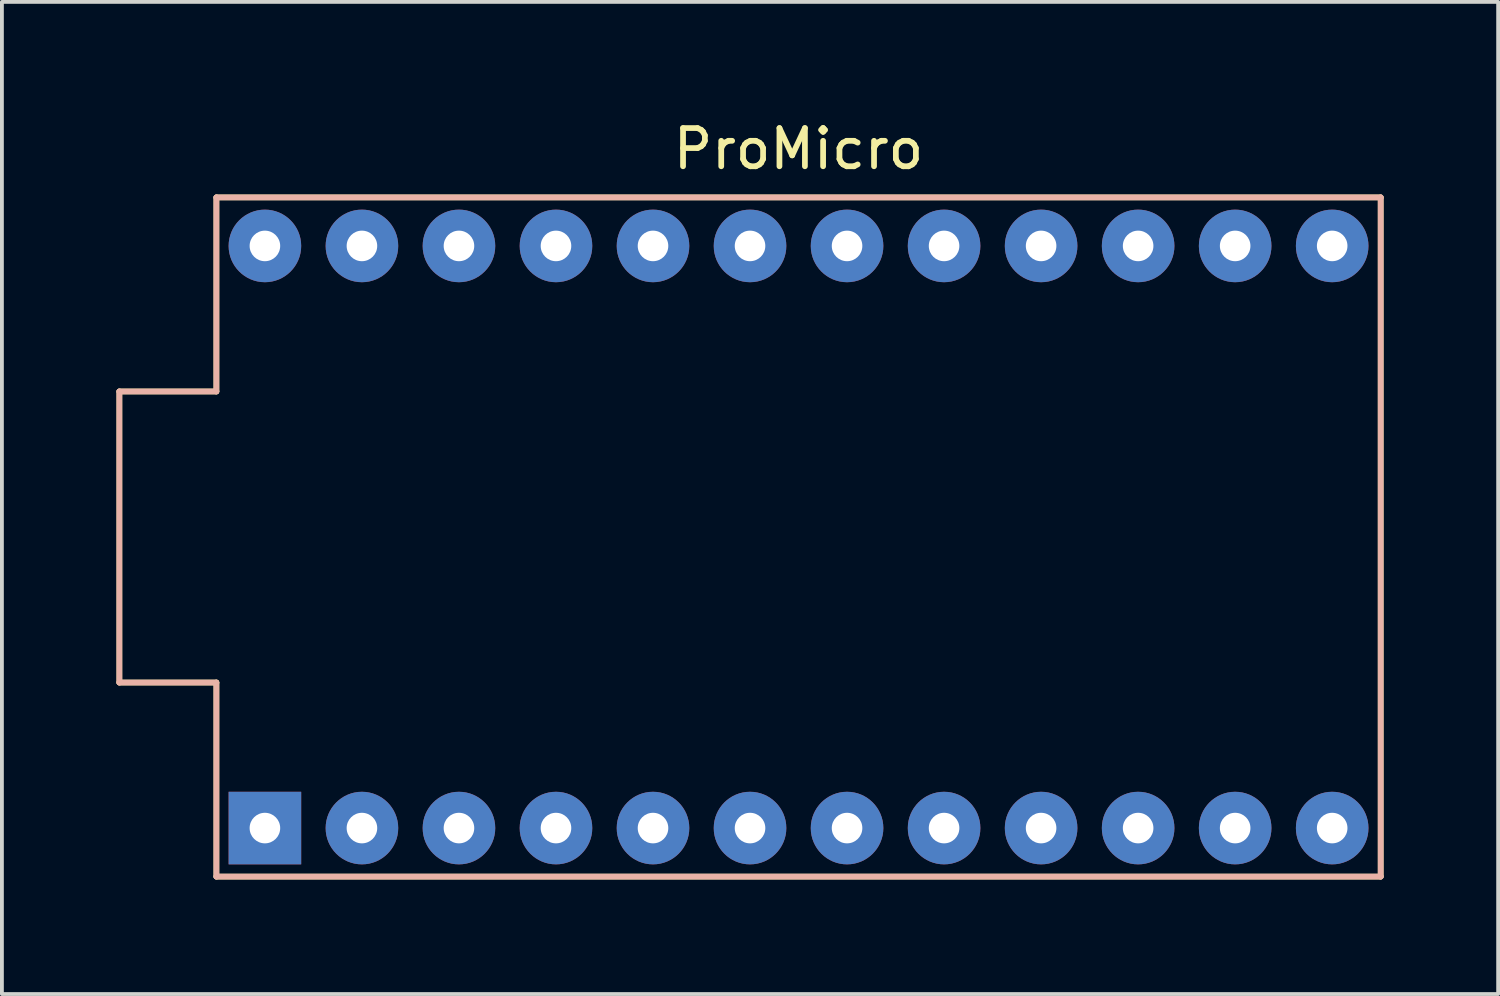
<source format=kicad_pcb>
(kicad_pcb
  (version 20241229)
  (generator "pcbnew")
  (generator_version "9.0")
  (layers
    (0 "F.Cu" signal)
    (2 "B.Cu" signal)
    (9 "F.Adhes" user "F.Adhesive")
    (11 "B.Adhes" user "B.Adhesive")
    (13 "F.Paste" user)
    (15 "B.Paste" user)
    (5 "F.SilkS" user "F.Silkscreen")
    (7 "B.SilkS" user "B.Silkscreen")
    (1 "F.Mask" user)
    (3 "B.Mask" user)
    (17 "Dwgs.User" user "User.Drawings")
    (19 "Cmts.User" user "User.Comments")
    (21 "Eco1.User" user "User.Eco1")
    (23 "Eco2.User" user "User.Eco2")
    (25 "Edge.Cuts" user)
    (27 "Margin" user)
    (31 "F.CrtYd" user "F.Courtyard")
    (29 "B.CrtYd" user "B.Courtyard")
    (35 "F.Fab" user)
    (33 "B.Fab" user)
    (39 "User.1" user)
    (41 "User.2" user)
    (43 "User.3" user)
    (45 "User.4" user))
  (footprint "ProMicro"
    (layer "F.Cu")
    (at 17.855 11.008)
    (property "Reference" "ProMicro" (at 0 -10.16 0) (layer "F.SilkS") (effects (font (size 1 1) (thickness 0.15))))
    (attr through_hole)
    (fp_line (start -17.78 -3.81) (end -15.24 -3.81) (stroke (width 0.15) (type solid)) (layer "F.SilkS"))
    (fp_line (start -17.78 3.81) (end -17.78 -3.81) (stroke (width 0.15) (type solid)) (layer "F.SilkS"))
    (fp_line (start -15.24 -8.89) (end 15.24 -8.89) (stroke (width 0.15) (type solid)) (layer "F.SilkS"))
    (fp_line (start -15.24 -3.81) (end -15.24 -8.89) (stroke (width 0.15) (type solid)) (layer "F.SilkS"))
    (fp_line (start -15.24 3.81) (end -17.78 3.81) (stroke (width 0.15) (type solid)) (layer "F.SilkS"))
    (fp_line (start -15.24 8.89) (end -15.24 3.81) (stroke (width 0.15) (type solid)) (layer "F.SilkS"))
    (fp_line (start -15.24 8.89) (end 15.24 8.89) (stroke (width 0.15) (type solid)) (layer "F.SilkS"))
    (fp_line (start 15.24 -8.89) (end 15.24 8.89) (stroke (width 0.15) (type solid)) (layer "F.SilkS"))
    (fp_line (start -17.78 -3.81) (end -15.24 -3.81) (stroke (width 0.15) (type solid)) (layer "B.SilkS"))
    (fp_line (start -17.78 3.81) (end -17.78 -3.81) (stroke (width 0.15) (type solid)) (layer "B.SilkS"))
    (fp_line (start -15.24 -8.89) (end 15.24 -8.89) (stroke (width 0.15) (type solid)) (layer "B.SilkS"))
    (fp_line (start -15.24 -3.81) (end -15.24 -8.89) (stroke (width 0.15) (type solid)) (layer "B.SilkS"))
    (fp_line (start -15.24 3.81) (end -17.78 3.81) (stroke (width 0.15) (type solid)) (layer "B.SilkS"))
    (fp_line (start -15.24 8.89) (end -15.24 3.81) (stroke (width 0.15) (type solid)) (layer "B.SilkS"))
    (fp_line (start 15.24 -8.89) (end 15.24 8.89) (stroke (width 0.15) (type solid)) (layer "B.SilkS"))
    (fp_line (start 15.24 8.89) (end -15.24 8.89) (stroke (width 0.15) (type solid)) (layer "B.SilkS"))
    (pad "1" thru_hole rect (at -13.97 7.62) (size 1.9 1.9) (drill 0.8) (layers "*.Cu" "*.Mask"))
    (pad "2" thru_hole circle (at -11.43 7.62) (size 1.9 1.9) (drill 0.8) (layers "*.Cu" "*.Mask"))
    (pad "3" thru_hole circle (at -8.89 7.62) (size 1.9 1.9) (drill 0.8) (layers "*.Cu" "*.Mask"))
    (pad "4" thru_hole circle (at -6.35 7.62) (size 1.9 1.9) (drill 0.8) (layers "*.Cu" "*.Mask"))
    (pad "5" thru_hole circle (at -3.81 7.62) (size 1.9 1.9) (drill 0.8) (layers "*.Cu" "*.Mask"))
    (pad "6" thru_hole circle (at -1.27 7.62) (size 1.9 1.9) (drill 0.8) (layers "*.Cu" "*.Mask"))
    (pad "7" thru_hole circle (at 1.27 7.62) (size 1.9 1.9) (drill 0.8) (layers "*.Cu" "*.Mask"))
    (pad "8" thru_hole circle (at 3.81 7.62) (size 1.9 1.9) (drill 0.8) (layers "*.Cu" "*.Mask"))
    (pad "9" thru_hole circle (at 6.35 7.62) (size 1.9 1.9) (drill 0.8) (layers "*.Cu" "*.Mask"))
    (pad "10" thru_hole circle (at 8.89 7.62) (size 1.9 1.9) (drill 0.8) (layers "*.Cu" "*.Mask"))
    (pad "11" thru_hole circle (at 11.43 7.62) (size 1.9 1.9) (drill 0.8) (layers "*.Cu" "*.Mask"))
    (pad "12" thru_hole circle (at 13.97 7.62) (size 1.9 1.9) (drill 0.8) (layers "*.Cu" "*.Mask"))
    (pad "13" thru_hole circle (at 13.97 -7.62) (size 1.9 1.9) (drill 0.8) (layers "*.Cu" "*.Mask"))
    (pad "14" thru_hole circle (at 11.43 -7.62) (size 1.9 1.9) (drill 0.8) (layers "*.Cu" "*.Mask"))
    (pad "15" thru_hole circle (at 8.89 -7.62) (size 1.9 1.9) (drill 0.8) (layers "*.Cu" "*.Mask"))
    (pad "16" thru_hole circle (at 6.35 -7.62) (size 1.9 1.9) (drill 0.8) (layers "*.Cu" "*.Mask"))
    (pad "17" thru_hole circle (at 3.81 -7.62) (size 1.9 1.9) (drill 0.8) (layers "*.Cu" "*.Mask"))
    (pad "18" thru_hole circle (at 1.27 -7.62) (size 1.9 1.9) (drill 0.8) (layers "*.Cu" "*.Mask"))
    (pad "19" thru_hole circle (at -1.27 -7.62) (size 1.9 1.9) (drill 0.8) (layers "*.Cu" "*.Mask"))
    (pad "20" thru_hole circle (at -3.81 -7.62) (size 1.9 1.9) (drill 0.8) (layers "*.Cu" "*.Mask"))
    (pad "21" thru_hole circle (at -6.35 -7.62) (size 1.9 1.9) (drill 0.8) (layers "*.Cu" "*.Mask"))
    (pad "22" thru_hole circle (at -8.89 -7.62) (size 1.9 1.9) (drill 0.8) (layers "*.Cu" "*.Mask"))
    (pad "23" thru_hole circle (at -11.43 -7.62) (size 1.9 1.9) (drill 0.8) (layers "*.Cu" "*.Mask"))
    (pad "24" thru_hole circle (at -13.97 -7.62) (size 1.9 1.9) (drill 0.8) (layers "*.Cu" "*.Mask")))
  (gr_rect
    (start -3 -3)
    (end 36.17 22.973)
    (stroke (width 0.1) (type default))
    (fill no)
    (layer "Edge.Cuts")))
</source>
